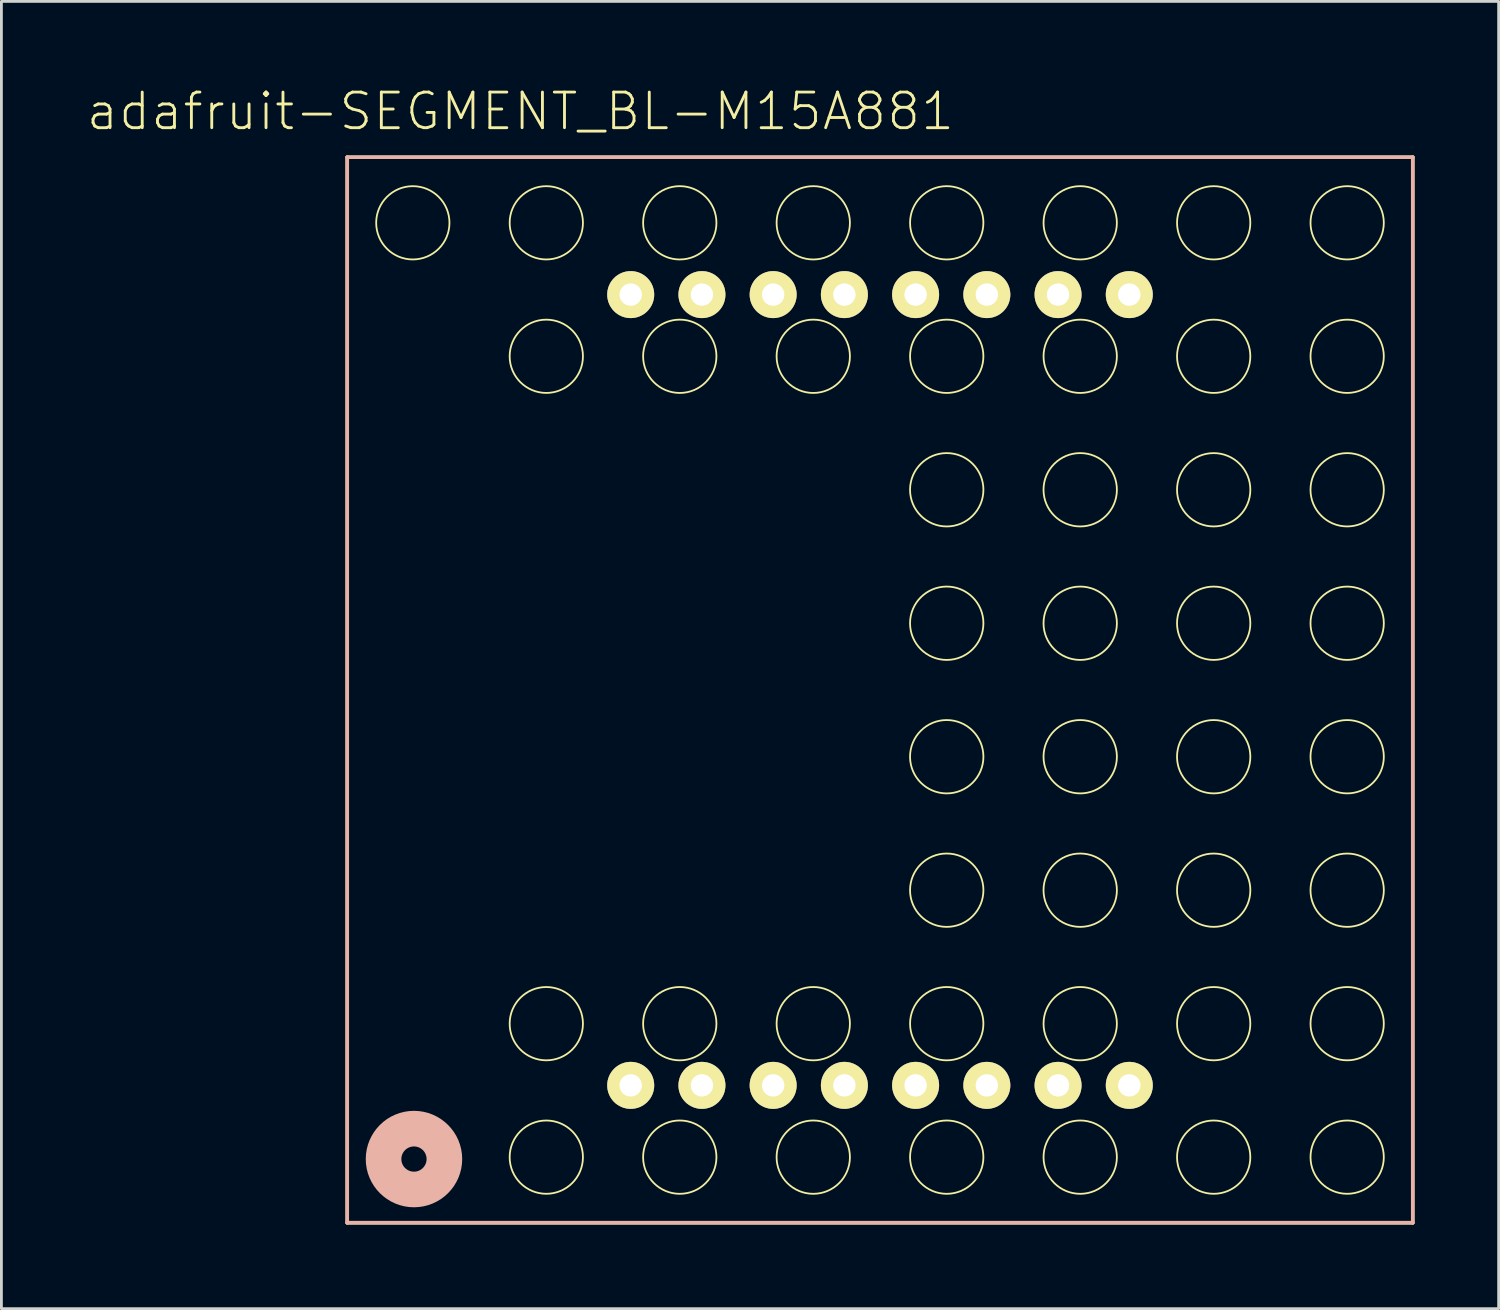
<source format=kicad_pcb>
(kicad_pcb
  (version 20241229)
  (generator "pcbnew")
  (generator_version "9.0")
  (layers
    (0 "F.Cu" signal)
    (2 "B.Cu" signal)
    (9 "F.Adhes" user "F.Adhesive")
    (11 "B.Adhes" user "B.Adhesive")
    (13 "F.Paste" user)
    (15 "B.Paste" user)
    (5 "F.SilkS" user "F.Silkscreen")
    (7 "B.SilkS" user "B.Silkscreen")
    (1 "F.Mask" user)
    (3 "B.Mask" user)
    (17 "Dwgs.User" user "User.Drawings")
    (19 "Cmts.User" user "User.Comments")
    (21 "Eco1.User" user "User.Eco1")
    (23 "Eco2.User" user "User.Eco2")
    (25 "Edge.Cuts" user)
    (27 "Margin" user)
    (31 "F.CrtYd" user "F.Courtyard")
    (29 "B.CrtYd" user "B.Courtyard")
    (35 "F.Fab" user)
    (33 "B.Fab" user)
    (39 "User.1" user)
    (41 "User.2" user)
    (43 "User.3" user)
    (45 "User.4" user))
  (footprint "adafruit-SEGMENT_BL-M15A881"
    (layer "F.Cu")
    (at 28.332 21.556)
    (property "Reference" "adafruit-SEGMENT_BL-M15A881" (at -12.824 -20.635 0) (layer "F.SilkS") (effects (font (size 1.27 1.27) (thickness 0.102))))
    (attr exclude_from_pos_files exclude_from_bom)
    (fp_line (start -18.999 -18.999) (end 18.999 -18.999) (stroke (width 0.127) (type solid)) (layer "F.SilkS"))
    (fp_line (start -18.999 18.999) (end -18.999 -18.999) (stroke (width 0.127) (type solid)) (layer "F.SilkS"))
    (fp_line (start 18.999 -18.999) (end 18.999 18.999) (stroke (width 0.127) (type solid)) (layer "F.SilkS"))
    (fp_line (start 18.999 18.999) (end -18.999 18.999) (stroke (width 0.127) (type solid)) (layer "F.SilkS"))
    (fp_circle (center -16.66 -16.66) (end -17.584 -17.584) (stroke (width 0.064) (type solid)) (fill no) (layer "F.SilkS"))
    (fp_circle (center -16.66 16.66) (end -17.584 17.584) (stroke (width 0.064) (type solid)) (fill no) (layer "F.SilkS"))
    (fp_circle (center -11.9 -16.66) (end -12.824 -17.584) (stroke (width 0.064) (type solid)) (fill no) (layer "F.SilkS"))
    (fp_circle (center -11.9 -11.9) (end -12.824 -12.824) (stroke (width 0.064) (type solid)) (fill no) (layer "F.SilkS"))
    (fp_circle (center -11.9 11.9) (end -12.824 12.824) (stroke (width 0.064) (type solid)) (fill no) (layer "F.SilkS"))
    (fp_circle (center -11.9 16.66) (end -12.824 17.584) (stroke (width 0.064) (type solid)) (fill no) (layer "F.SilkS"))
    (fp_circle (center -7.14 -16.66) (end -8.065 -17.584) (stroke (width 0.064) (type solid)) (fill no) (layer "F.SilkS"))
    (fp_circle (center -7.14 -11.9) (end -8.065 -12.824) (stroke (width 0.064) (type solid)) (fill no) (layer "F.SilkS"))
    (fp_circle (center -7.14 11.9) (end -8.065 12.824) (stroke (width 0.064) (type solid)) (fill no) (layer "F.SilkS"))
    (fp_circle (center -7.14 16.66) (end -8.065 17.584) (stroke (width 0.064) (type solid)) (fill no) (layer "F.SilkS"))
    (fp_circle (center -2.38 -16.66) (end -3.305 -17.584) (stroke (width 0.064) (type solid)) (fill no) (layer "F.SilkS"))
    (fp_circle (center -2.38 -11.9) (end -3.305 -12.824) (stroke (width 0.064) (type solid)) (fill no) (layer "F.SilkS"))
    (fp_circle (center -2.38 11.9) (end -3.305 12.824) (stroke (width 0.064) (type solid)) (fill no) (layer "F.SilkS"))
    (fp_circle (center -2.38 16.66) (end -3.305 17.584) (stroke (width 0.064) (type solid)) (fill no) (layer "F.SilkS"))
    (fp_circle (center 2.38 -16.66) (end 3.305 -17.584) (stroke (width 0.064) (type solid)) (fill no) (layer "F.SilkS"))
    (fp_circle (center 2.38 -11.9) (end 3.305 -12.824) (stroke (width 0.064) (type solid)) (fill no) (layer "F.SilkS"))
    (fp_circle (center 2.38 -7.14) (end 3.305 -8.065) (stroke (width 0.064) (type solid)) (fill no) (layer "F.SilkS"))
    (fp_circle (center 2.38 -2.38) (end 3.305 -3.305) (stroke (width 0.064) (type solid)) (fill no) (layer "F.SilkS"))
    (fp_circle (center 2.38 2.38) (end 3.305 3.305) (stroke (width 0.064) (type solid)) (fill no) (layer "F.SilkS"))
    (fp_circle (center 2.38 7.14) (end 3.305 8.065) (stroke (width 0.064) (type solid)) (fill no) (layer "F.SilkS"))
    (fp_circle (center 2.38 11.9) (end 3.305 12.824) (stroke (width 0.064) (type solid)) (fill no) (layer "F.SilkS"))
    (fp_circle (center 2.38 16.66) (end 3.305 17.584) (stroke (width 0.064) (type solid)) (fill no) (layer "F.SilkS"))
    (fp_circle (center 7.14 -16.66) (end 8.065 -17.584) (stroke (width 0.064) (type solid)) (fill no) (layer "F.SilkS"))
    (fp_circle (center 7.14 -11.9) (end 8.065 -12.824) (stroke (width 0.064) (type solid)) (fill no) (layer "F.SilkS"))
    (fp_circle (center 7.14 -7.14) (end 8.065 -8.065) (stroke (width 0.064) (type solid)) (fill no) (layer "F.SilkS"))
    (fp_circle (center 7.14 -2.38) (end 8.065 -3.305) (stroke (width 0.064) (type solid)) (fill no) (layer "F.SilkS"))
    (fp_circle (center 7.14 2.38) (end 8.065 3.305) (stroke (width 0.064) (type solid)) (fill no) (layer "F.SilkS"))
    (fp_circle (center 7.14 7.14) (end 8.065 8.065) (stroke (width 0.064) (type solid)) (fill no) (layer "F.SilkS"))
    (fp_circle (center 7.14 11.9) (end 8.065 12.824) (stroke (width 0.064) (type solid)) (fill no) (layer "F.SilkS"))
    (fp_circle (center 7.14 16.66) (end 8.065 17.584) (stroke (width 0.064) (type solid)) (fill no) (layer "F.SilkS"))
    (fp_circle (center 11.9 -16.66) (end 12.824 -17.584) (stroke (width 0.064) (type solid)) (fill no) (layer "F.SilkS"))
    (fp_circle (center 11.9 -11.9) (end 12.824 -12.824) (stroke (width 0.064) (type solid)) (fill no) (layer "F.SilkS"))
    (fp_circle (center 11.9 -7.14) (end 12.824 -8.065) (stroke (width 0.064) (type solid)) (fill no) (layer "F.SilkS"))
    (fp_circle (center 11.9 -2.38) (end 12.824 -3.305) (stroke (width 0.064) (type solid)) (fill no) (layer "F.SilkS"))
    (fp_circle (center 11.9 2.38) (end 12.824 3.305) (stroke (width 0.064) (type solid)) (fill no) (layer "F.SilkS"))
    (fp_circle (center 11.9 7.14) (end 12.824 8.065) (stroke (width 0.064) (type solid)) (fill no) (layer "F.SilkS"))
    (fp_circle (center 11.9 11.9) (end 12.824 12.824) (stroke (width 0.064) (type solid)) (fill no) (layer "F.SilkS"))
    (fp_circle (center 11.9 16.66) (end 12.824 17.584) (stroke (width 0.064) (type solid)) (fill no) (layer "F.SilkS"))
    (fp_circle (center 16.66 -16.66) (end 17.584 -17.584) (stroke (width 0.064) (type solid)) (fill no) (layer "F.SilkS"))
    (fp_circle (center 16.66 -11.9) (end 17.584 -12.824) (stroke (width 0.064) (type solid)) (fill no) (layer "F.SilkS"))
    (fp_circle (center 16.66 -7.14) (end 17.584 -8.065) (stroke (width 0.064) (type solid)) (fill no) (layer "F.SilkS"))
    (fp_circle (center 16.66 -2.38) (end 17.584 -3.305) (stroke (width 0.064) (type solid)) (fill no) (layer "F.SilkS"))
    (fp_circle (center 16.66 2.38) (end 17.584 3.305) (stroke (width 0.064) (type solid)) (fill no) (layer "F.SilkS"))
    (fp_circle (center 16.66 7.14) (end 17.584 8.065) (stroke (width 0.064) (type solid)) (fill no) (layer "F.SilkS"))
    (fp_circle (center 16.66 11.9) (end 17.584 12.824) (stroke (width 0.064) (type solid)) (fill no) (layer "F.SilkS"))
    (fp_circle (center 16.66 16.66) (end 17.584 17.584) (stroke (width 0.064) (type solid)) (fill no) (layer "F.SilkS"))
    (fp_line (start -18.999 -18.999) (end 18.999 -18.999) (stroke (width 0.127) (type solid)) (layer "B.SilkS"))
    (fp_line (start -18.999 18.999) (end -18.999 -18.999) (stroke (width 0.127) (type solid)) (layer "B.SilkS"))
    (fp_line (start 18.999 -18.999) (end 18.999 18.999) (stroke (width 0.127) (type solid)) (layer "B.SilkS"))
    (fp_line (start 18.999 18.999) (end -18.999 18.999) (stroke (width 0.127) (type solid)) (layer "B.SilkS"))
    (fp_circle (center -16.619 16.728) (end -16.937 17.046) (stroke (width 1.27) (type solid)) (fill no) (layer "B.SilkS"))
    (pad "1" thru_hole circle (at -8.89 14.1) (size 1.676 1.676) (drill 0.798) (layers "*.Cu" "F.Mask" "F.SilkS" "F.Paste"))
    (pad "2" thru_hole circle (at -6.35 14.1) (size 1.676 1.676) (drill 0.798) (layers "*.Cu" "F.Mask" "F.SilkS" "F.Paste"))
    (pad "3" thru_hole circle (at -3.81 14.1) (size 1.676 1.676) (drill 0.798) (layers "*.Cu" "F.Mask" "F.SilkS" "F.Paste"))
    (pad "4" thru_hole circle (at -1.27 14.1) (size 1.676 1.676) (drill 0.798) (layers "*.Cu" "F.Mask" "F.SilkS" "F.Paste"))
    (pad "5" thru_hole circle (at 1.27 14.1) (size 1.676 1.676) (drill 0.798) (layers "*.Cu" "F.Mask" "F.SilkS" "F.Paste"))
    (pad "6" thru_hole circle (at 3.81 14.1) (size 1.676 1.676) (drill 0.798) (layers "*.Cu" "F.Mask" "F.SilkS" "F.Paste"))
    (pad "7" thru_hole circle (at 6.35 14.1) (size 1.676 1.676) (drill 0.798) (layers "*.Cu" "F.Mask" "F.SilkS" "F.Paste"))
    (pad "8" thru_hole circle (at 8.89 14.1) (size 1.676 1.676) (drill 0.798) (layers "*.Cu" "F.Mask" "F.SilkS" "F.Paste"))
    (pad "9" thru_hole circle (at 8.89 -14.1) (size 1.676 1.676) (drill 0.798) (layers "*.Cu" "F.Mask" "F.SilkS" "F.Paste"))
    (pad "10" thru_hole circle (at 6.35 -14.1) (size 1.676 1.676) (drill 0.798) (layers "*.Cu" "F.Mask" "F.SilkS" "F.Paste"))
    (pad "11" thru_hole circle (at 3.81 -14.1) (size 1.676 1.676) (drill 0.798) (layers "*.Cu" "F.Mask" "F.SilkS" "F.Paste"))
    (pad "12" thru_hole circle (at 1.27 -14.1) (size 1.676 1.676) (drill 0.798) (layers "*.Cu" "F.Mask" "F.SilkS" "F.Paste"))
    (pad "13" thru_hole circle (at -1.27 -14.1) (size 1.676 1.676) (drill 0.798) (layers "*.Cu" "F.Mask" "F.SilkS" "F.Paste"))
    (pad "14" thru_hole circle (at -3.81 -14.1) (size 1.676 1.676) (drill 0.798) (layers "*.Cu" "F.Mask" "F.SilkS" "F.Paste"))
    (pad "15" thru_hole circle (at -6.35 -14.1) (size 1.676 1.676) (drill 0.798) (layers "*.Cu" "F.Mask" "F.SilkS" "F.Paste"))
    (pad "16" thru_hole circle (at -8.89 -14.1) (size 1.676 1.676) (drill 0.798) (layers "*.Cu" "F.Mask" "F.SilkS" "F.Paste")))
  (gr_rect
    (start -3 -3)
    (end 50.394 43.619)
    (stroke (width 0.1) (type default))
    (fill no)
    (layer "Edge.Cuts")))
</source>
